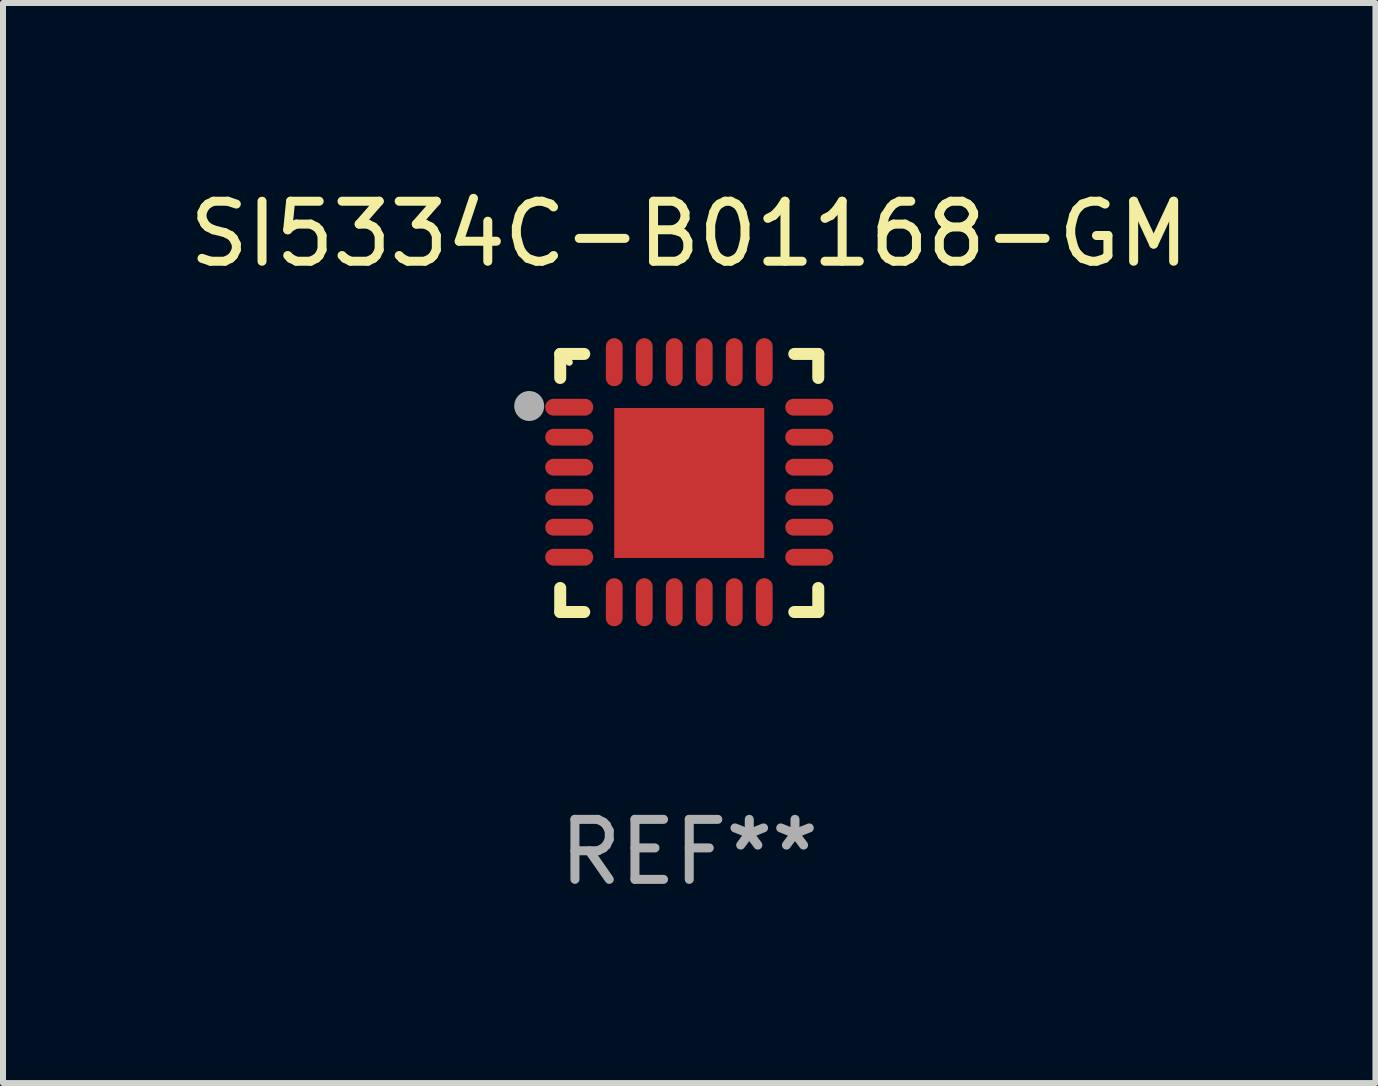
<source format=kicad_pcb>
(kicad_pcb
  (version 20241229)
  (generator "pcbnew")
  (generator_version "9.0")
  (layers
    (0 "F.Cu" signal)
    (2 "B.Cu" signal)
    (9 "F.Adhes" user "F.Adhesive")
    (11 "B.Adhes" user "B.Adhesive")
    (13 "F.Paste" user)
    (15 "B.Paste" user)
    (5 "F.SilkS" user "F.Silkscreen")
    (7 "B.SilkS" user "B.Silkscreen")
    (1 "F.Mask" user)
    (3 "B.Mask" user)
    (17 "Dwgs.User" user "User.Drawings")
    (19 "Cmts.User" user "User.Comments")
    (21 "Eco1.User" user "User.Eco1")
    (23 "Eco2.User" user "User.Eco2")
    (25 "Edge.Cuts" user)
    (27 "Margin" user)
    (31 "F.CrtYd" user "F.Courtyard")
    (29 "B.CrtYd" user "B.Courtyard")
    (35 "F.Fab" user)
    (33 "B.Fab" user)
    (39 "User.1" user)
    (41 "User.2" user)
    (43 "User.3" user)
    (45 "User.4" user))
  (footprint "SI5334C-B01168-GM"
    (layer "F.Cu")
    (at 8.435 4.998)
    (property "Reference" "SI5334C-B01168-GM" (at 0 -4.15 0) (layer "F.SilkS") (effects (font (size 1 1) (thickness 0.15))))
    (attr through_hole)
    (fp_line (start -2.15 -2.15) (end -1.75 -2.15) (stroke (width 0.2) (type solid)) (layer "F.SilkS"))
    (fp_line (start -2.15 -1.75) (end -2.15 -2.15) (stroke (width 0.2) (type solid)) (layer "F.SilkS"))
    (fp_line (start -2.15 2.15) (end -2.15 1.75) (stroke (width 0.2) (type solid)) (layer "F.SilkS"))
    (fp_line (start -1.75 2.15) (end -2.15 2.15) (stroke (width 0.2) (type solid)) (layer "F.SilkS"))
    (fp_line (start 1.75 -2.15) (end 2.15 -2.15) (stroke (width 0.2) (type solid)) (layer "F.SilkS"))
    (fp_line (start 1.75 2.15) (end 2.15 2.15) (stroke (width 0.2) (type solid)) (layer "F.SilkS"))
    (fp_line (start 2.15 -2.15) (end 2.15 -1.75) (stroke (width 0.2) (type solid)) (layer "F.SilkS"))
    (fp_line (start 2.15 2.15) (end 2.15 1.75) (stroke (width 0.2) (type solid)) (layer "F.SilkS"))
    (fp_circle (center -2 -2.013) (end -1.97 -2.013) (stroke (width 0.06) (type solid)) (fill no) (layer "F.SilkS"))
    (fp_circle (center -2.667 -1.283) (end -2.542 -1.283) (stroke (width 0.25) (type solid)) (fill no) (layer "F.Fab"))
    (fp_text user "REF**" (at 0 6.15 0) (layer "F.Fab") (effects (font (size 1 1) (thickness 0.15))))
    (pad "1" smd oval (at -2 -1.263) (size 0.8 0.28) (layers "F.Cu" "F.Mask" "F.Paste"))
    (pad "2" smd oval (at -2 -0.763) (size 0.8 0.28) (layers "F.Cu" "F.Mask" "F.Paste"))
    (pad "3" smd oval (at -2 -0.263) (size 0.8 0.28) (layers "F.Cu" "F.Mask" "F.Paste"))
    (pad "4" smd oval (at -2 0.237) (size 0.8 0.28) (layers "F.Cu" "F.Mask" "F.Paste"))
    (pad "5" smd oval (at -2 0.737) (size 0.8 0.28) (layers "F.Cu" "F.Mask" "F.Paste"))
    (pad "6" smd oval (at -2 1.237) (size 0.8 0.28) (layers "F.Cu" "F.Mask" "F.Paste"))
    (pad "7" smd oval (at -1.25 1.987) (size 0.28 0.8) (layers "F.Cu" "F.Mask" "F.Paste"))
    (pad "8" smd oval (at -0.75 1.987) (size 0.28 0.8) (layers "F.Cu" "F.Mask" "F.Paste"))
    (pad "9" smd oval (at -0.25 1.987) (size 0.28 0.8) (layers "F.Cu" "F.Mask" "F.Paste"))
    (pad "10" smd oval (at 0.25 1.987) (size 0.28 0.8) (layers "F.Cu" "F.Mask" "F.Paste"))
    (pad "11" smd oval (at 0.75 1.987) (size 0.28 0.8) (layers "F.Cu" "F.Mask" "F.Paste"))
    (pad "12" smd oval (at 1.25 1.987) (size 0.28 0.8) (layers "F.Cu" "F.Mask" "F.Paste"))
    (pad "13" smd oval (at 2 1.237) (size 0.8 0.28) (layers "F.Cu" "F.Mask" "F.Paste"))
    (pad "14" smd oval (at 2 0.737) (size 0.8 0.28) (layers "F.Cu" "F.Mask" "F.Paste"))
    (pad "15" smd oval (at 2 0.237) (size 0.8 0.28) (layers "F.Cu" "F.Mask" "F.Paste"))
    (pad "16" smd oval (at 2 -0.263) (size 0.8 0.28) (layers "F.Cu" "F.Mask" "F.Paste"))
    (pad "17" smd oval (at 2 -0.763) (size 0.8 0.28) (layers "F.Cu" "F.Mask" "F.Paste"))
    (pad "18" smd oval (at 2 -1.263) (size 0.8 0.28) (layers "F.Cu" "F.Mask" "F.Paste"))
    (pad "19" smd oval (at 1.25 -2.013) (size 0.28 0.8) (layers "F.Cu" "F.Mask" "F.Paste"))
    (pad "20" smd oval (at 0.75 -2.013) (size 0.28 0.8) (layers "F.Cu" "F.Mask" "F.Paste"))
    (pad "21" smd oval (at 0.25 -2.013) (size 0.28 0.8) (layers "F.Cu" "F.Mask" "F.Paste"))
    (pad "22" smd oval (at -0.25 -2.013) (size 0.28 0.8) (layers "F.Cu" "F.Mask" "F.Paste"))
    (pad "23" smd oval (at -0.75 -2.013) (size 0.28 0.8) (layers "F.Cu" "F.Mask" "F.Paste"))
    (pad "24" smd oval (at -1.25 -2.013) (size 0.28 0.8) (layers "F.Cu" "F.Mask" "F.Paste"))
    (pad "25" smd rect (at -0.000127 -0.00014) (size 2.5 2.5) (layers "F.Cu" "F.Mask" "F.Paste")))
  (gr_rect
    (start -3 -3)
    (end 19.869 14.997)
    (stroke (width 0.1) (type default))
    (fill no)
    (layer "Edge.Cuts")))
</source>
